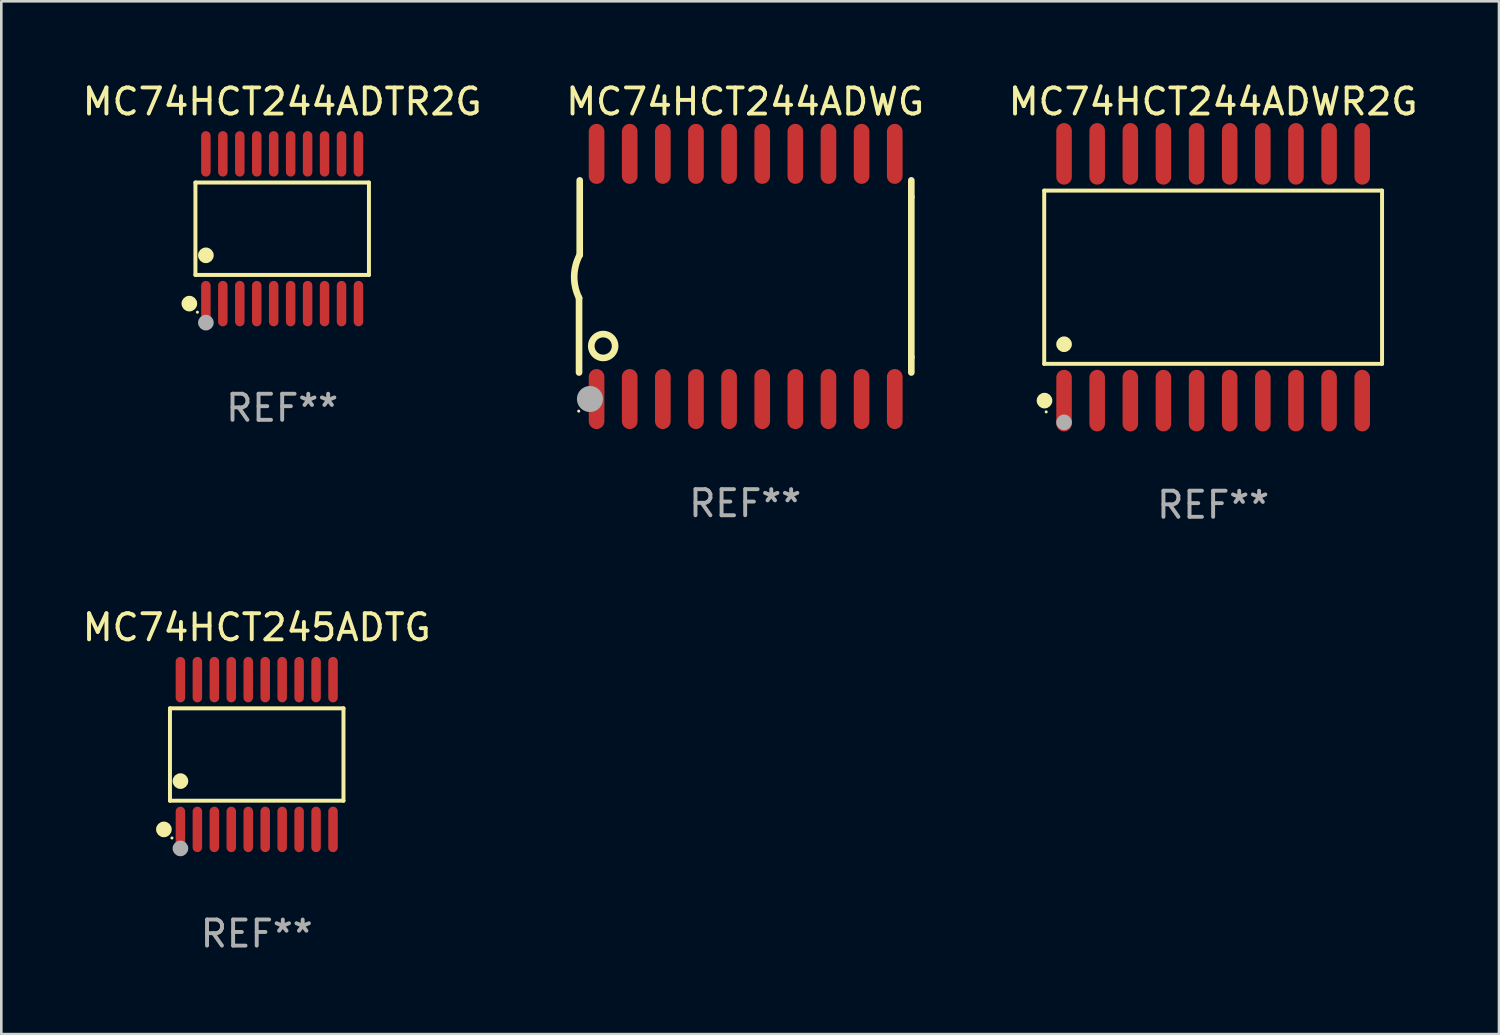
<source format=kicad_pcb>
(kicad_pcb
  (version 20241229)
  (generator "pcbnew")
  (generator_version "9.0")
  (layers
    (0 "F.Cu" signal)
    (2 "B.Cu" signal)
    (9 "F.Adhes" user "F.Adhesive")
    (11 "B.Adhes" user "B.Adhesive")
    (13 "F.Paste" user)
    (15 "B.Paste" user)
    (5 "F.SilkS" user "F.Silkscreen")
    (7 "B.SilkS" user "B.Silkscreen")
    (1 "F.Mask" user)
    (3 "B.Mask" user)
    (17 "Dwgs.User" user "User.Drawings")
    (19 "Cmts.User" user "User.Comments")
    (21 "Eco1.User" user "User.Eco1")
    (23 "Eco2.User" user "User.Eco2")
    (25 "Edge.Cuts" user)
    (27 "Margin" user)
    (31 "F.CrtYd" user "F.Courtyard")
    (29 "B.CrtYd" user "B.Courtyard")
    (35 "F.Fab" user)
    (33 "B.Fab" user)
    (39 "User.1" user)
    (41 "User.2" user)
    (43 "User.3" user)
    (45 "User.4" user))
  (footprint "MC74HCT245ADTG"
    (layer "F.Cu")
    (at 6.792 25.876)
    (property "Reference" "MC74HCT245ADTG" (at 0 -4.871 0) (layer "F.SilkS") (effects (font (size 1 1) (thickness 0.15))))
    (attr through_hole)
    (fp_line (start -3.326 -1.771) (end 3.326 -1.771) (stroke (width 0.152) (type solid)) (layer "F.SilkS"))
    (fp_line (start -3.326 1.771) (end -3.326 -1.771) (stroke (width 0.152) (type solid)) (layer "F.SilkS"))
    (fp_line (start 3.326 -1.771) (end 3.326 1.771) (stroke (width 0.152) (type solid)) (layer "F.SilkS"))
    (fp_line (start 3.326 1.771) (end -3.326 1.771) (stroke (width 0.152) (type solid)) (layer "F.SilkS"))
    (fp_circle (center -3.559 2.871) (end -3.409 2.871) (stroke (width 0.3) (type solid)) (fill no) (layer "F.SilkS"))
    (fp_circle (center -3.25 3.2) (end -3.22 3.2) (stroke (width 0.06) (type solid)) (fill no) (layer "F.SilkS"))
    (fp_circle (center -2.925 1.019) (end -2.775 1.019) (stroke (width 0.3) (type solid)) (fill no) (layer "F.SilkS"))
    (fp_circle (center -2.925 3.6) (end -2.775 3.6) (stroke (width 0.3) (type solid)) (fill no) (layer "F.Fab"))
    (fp_text user "REF**" (at 0 6.871 0) (layer "F.Fab") (effects (font (size 1 1) (thickness 0.15))))
    (pad "1" smd oval (at -2.925 2.871) (size 0.364 1.742) (layers "F.Cu" "F.Mask" "F.Paste"))
    (pad "2" smd oval (at -2.275 2.871) (size 0.364 1.742) (layers "F.Cu" "F.Mask" "F.Paste"))
    (pad "3" smd oval (at -1.625 2.871) (size 0.364 1.742) (layers "F.Cu" "F.Mask" "F.Paste"))
    (pad "4" smd oval (at -0.975 2.871) (size 0.364 1.742) (layers "F.Cu" "F.Mask" "F.Paste"))
    (pad "5" smd oval (at -0.325 2.871) (size 0.364 1.742) (layers "F.Cu" "F.Mask" "F.Paste"))
    (pad "6" smd oval (at 0.325 2.871) (size 0.364 1.742) (layers "F.Cu" "F.Mask" "F.Paste"))
    (pad "7" smd oval (at 0.975 2.871) (size 0.364 1.742) (layers "F.Cu" "F.Mask" "F.Paste"))
    (pad "8" smd oval (at 1.625 2.871) (size 0.364 1.742) (layers "F.Cu" "F.Mask" "F.Paste"))
    (pad "9" smd oval (at 2.275 2.871) (size 0.364 1.742) (layers "F.Cu" "F.Mask" "F.Paste"))
    (pad "10" smd oval (at 2.925 2.871) (size 0.364 1.742) (layers "F.Cu" "F.Mask" "F.Paste"))
    (pad "11" smd oval (at 2.925 -2.871) (size 0.364 1.742) (layers "F.Cu" "F.Mask" "F.Paste"))
    (pad "12" smd oval (at 2.275 -2.871) (size 0.364 1.742) (layers "F.Cu" "F.Mask" "F.Paste"))
    (pad "13" smd oval (at 1.625 -2.871) (size 0.364 1.742) (layers "F.Cu" "F.Mask" "F.Paste"))
    (pad "14" smd oval (at 0.975 -2.871) (size 0.364 1.742) (layers "F.Cu" "F.Mask" "F.Paste"))
    (pad "15" smd oval (at 0.325 -2.871) (size 0.364 1.742) (layers "F.Cu" "F.Mask" "F.Paste"))
    (pad "16" smd oval (at -0.325 -2.871) (size 0.364 1.742) (layers "F.Cu" "F.Mask" "F.Paste"))
    (pad "17" smd oval (at -0.975 -2.871) (size 0.364 1.742) (layers "F.Cu" "F.Mask" "F.Paste"))
    (pad "18" smd oval (at -1.625 -2.871) (size 0.364 1.742) (layers "F.Cu" "F.Mask" "F.Paste"))
    (pad "19" smd oval (at -2.275 -2.871) (size 0.364 1.742) (layers "F.Cu" "F.Mask" "F.Paste"))
    (pad "20" smd oval (at -2.925 -2.871) (size 0.364 1.742) (layers "F.Cu" "F.Mask" "F.Paste")))
  (footprint "MC74HCT244ADWG"
    (layer "F.Cu")
    (at 25.518 7.548)
    (property "Reference" "MC74HCT244ADWG" (at 0 -6.7 0) (layer "F.SilkS") (effects (font (size 1 1) (thickness 0.15))))
    (attr through_hole)
    (fp_line (start -6.369 0.826) (end -6.369 3.683) (stroke (width 0.254) (type solid)) (layer "F.SilkS"))
    (fp_line (start -6.343 -0.825) (end -6.343 -3.683) (stroke (width 0.254) (type solid)) (layer "F.SilkS"))
    (fp_line (start 6.369 -3.048) (end 6.369 -3.683) (stroke (width 0.254) (type solid)) (layer "F.SilkS"))
    (fp_line (start 6.369 -3.048) (end 6.369 3.096) (stroke (width 0.254) (type solid)) (layer "F.SilkS"))
    (fp_line (start 6.369 3.096) (end 6.369 3.683) (stroke (width 0.254) (type solid)) (layer "F.SilkS"))
    (fp_arc (start -6.36853 0.825552) (mid -6.554743 -0.00301) (end -6.343129 -0.825451) (stroke (width 0.254001) (type solid)) (layer "F.SilkS"))
    (fp_circle (center -6.382 5.163) (end -6.352 5.163) (stroke (width 0.06) (type solid)) (fill no) (layer "F.SilkS"))
    (fp_circle (center -5.443 2.667) (end -4.985 2.667) (stroke (width 0.254) (type solid)) (fill no) (layer "F.SilkS"))
    (fp_circle (center -5.951 4.699) (end -5.701 4.699) (stroke (width 0.5) (type solid)) (fill no) (layer "F.Fab"))
    (fp_text user "REF**" (at 0 8.7 0) (layer "F.Fab") (effects (font (size 1 1) (thickness 0.15))))
    (pad "1" smd oval (at -5.697 4.7 180) (size 0.6 2.3) (layers "F.Cu" "F.Mask" "F.Paste"))
    (pad "2" smd oval (at -4.427 4.7 180) (size 0.6 2.3) (layers "F.Cu" "F.Mask" "F.Paste"))
    (pad "3" smd oval (at -3.157 4.7 180) (size 0.6 2.3) (layers "F.Cu" "F.Mask" "F.Paste"))
    (pad "4" smd oval (at -1.887 4.7 180) (size 0.6 2.3) (layers "F.Cu" "F.Mask" "F.Paste"))
    (pad "5" smd oval (at -0.617 4.7 180) (size 0.6 2.3) (layers "F.Cu" "F.Mask" "F.Paste"))
    (pad "6" smd oval (at 0.653 4.7 180) (size 0.6 2.3) (layers "F.Cu" "F.Mask" "F.Paste"))
    (pad "7" smd oval (at 1.923 4.7 180) (size 0.6 2.3) (layers "F.Cu" "F.Mask" "F.Paste"))
    (pad "8" smd oval (at 3.193 4.7 180) (size 0.6 2.3) (layers "F.Cu" "F.Mask" "F.Paste"))
    (pad "9" smd oval (at 4.463 4.7 180) (size 0.6 2.3) (layers "F.Cu" "F.Mask" "F.Paste"))
    (pad "10" smd oval (at 5.734 4.7 180) (size 0.6 2.3) (layers "F.Cu" "F.Mask" "F.Paste"))
    (pad "11" smd oval (at 5.734 -4.7 180) (size 0.6 2.3) (layers "F.Cu" "F.Mask" "F.Paste"))
    (pad "12" smd oval (at 4.463 -4.7 180) (size 0.6 2.3) (layers "F.Cu" "F.Mask" "F.Paste"))
    (pad "13" smd oval (at 3.193 -4.7 180) (size 0.6 2.3) (layers "F.Cu" "F.Mask" "F.Paste"))
    (pad "14" smd oval (at 1.923 -4.7 180) (size 0.6 2.3) (layers "F.Cu" "F.Mask" "F.Paste"))
    (pad "15" smd oval (at 0.653 -4.7 180) (size 0.6 2.3) (layers "F.Cu" "F.Mask" "F.Paste"))
    (pad "16" smd oval (at -0.617 -4.7 180) (size 0.6 2.3) (layers "F.Cu" "F.Mask" "F.Paste"))
    (pad "17" smd oval (at -1.887 -4.7 180) (size 0.6 2.3) (layers "F.Cu" "F.Mask" "F.Paste"))
    (pad "18" smd oval (at -3.157 -4.7 180) (size 0.6 2.3) (layers "F.Cu" "F.Mask" "F.Paste"))
    (pad "19" smd oval (at -4.427 -4.7 180) (size 0.6 2.3) (layers "F.Cu" "F.Mask" "F.Paste"))
    (pad "20" smd oval (at -5.697 -4.7 180) (size 0.6 2.3) (layers "F.Cu" "F.Mask" "F.Paste")))
  (footprint "MC74HCT244ADTR2G"
    (layer "F.Cu")
    (at 7.768 5.719)
    (property "Reference" "MC74HCT244ADTR2G" (at 0 -4.871 0) (layer "F.SilkS") (effects (font (size 1 1) (thickness 0.15))))
    (attr through_hole)
    (fp_line (start -3.326 -1.771) (end 3.326 -1.771) (stroke (width 0.152) (type solid)) (layer "F.SilkS"))
    (fp_line (start -3.326 1.771) (end -3.326 -1.771) (stroke (width 0.152) (type solid)) (layer "F.SilkS"))
    (fp_line (start 3.326 -1.771) (end 3.326 1.771) (stroke (width 0.152) (type solid)) (layer "F.SilkS"))
    (fp_line (start 3.326 1.771) (end -3.326 1.771) (stroke (width 0.152) (type solid)) (layer "F.SilkS"))
    (fp_circle (center -3.559 2.871) (end -3.409 2.871) (stroke (width 0.3) (type solid)) (fill no) (layer "F.SilkS"))
    (fp_circle (center -3.25 3.2) (end -3.22 3.2) (stroke (width 0.06) (type solid)) (fill no) (layer "F.SilkS"))
    (fp_circle (center -2.925 1.019) (end -2.775 1.019) (stroke (width 0.3) (type solid)) (fill no) (layer "F.SilkS"))
    (fp_circle (center -2.925 3.6) (end -2.775 3.6) (stroke (width 0.3) (type solid)) (fill no) (layer "F.Fab"))
    (fp_text user "REF**" (at 0 6.871 0) (layer "F.Fab") (effects (font (size 1 1) (thickness 0.15))))
    (pad "1" smd oval (at -2.925 2.871) (size 0.364 1.742) (layers "F.Cu" "F.Mask" "F.Paste"))
    (pad "2" smd oval (at -2.275 2.871) (size 0.364 1.742) (layers "F.Cu" "F.Mask" "F.Paste"))
    (pad "3" smd oval (at -1.625 2.871) (size 0.364 1.742) (layers "F.Cu" "F.Mask" "F.Paste"))
    (pad "4" smd oval (at -0.975 2.871) (size 0.364 1.742) (layers "F.Cu" "F.Mask" "F.Paste"))
    (pad "5" smd oval (at -0.325 2.871) (size 0.364 1.742) (layers "F.Cu" "F.Mask" "F.Paste"))
    (pad "6" smd oval (at 0.325 2.871) (size 0.364 1.742) (layers "F.Cu" "F.Mask" "F.Paste"))
    (pad "7" smd oval (at 0.975 2.871) (size 0.364 1.742) (layers "F.Cu" "F.Mask" "F.Paste"))
    (pad "8" smd oval (at 1.625 2.871) (size 0.364 1.742) (layers "F.Cu" "F.Mask" "F.Paste"))
    (pad "9" smd oval (at 2.275 2.871) (size 0.364 1.742) (layers "F.Cu" "F.Mask" "F.Paste"))
    (pad "10" smd oval (at 2.925 2.871) (size 0.364 1.742) (layers "F.Cu" "F.Mask" "F.Paste"))
    (pad "11" smd oval (at 2.925 -2.871) (size 0.364 1.742) (layers "F.Cu" "F.Mask" "F.Paste"))
    (pad "12" smd oval (at 2.275 -2.871) (size 0.364 1.742) (layers "F.Cu" "F.Mask" "F.Paste"))
    (pad "13" smd oval (at 1.625 -2.871) (size 0.364 1.742) (layers "F.Cu" "F.Mask" "F.Paste"))
    (pad "14" smd oval (at 0.975 -2.871) (size 0.364 1.742) (layers "F.Cu" "F.Mask" "F.Paste"))
    (pad "15" smd oval (at 0.325 -2.871) (size 0.364 1.742) (layers "F.Cu" "F.Mask" "F.Paste"))
    (pad "16" smd oval (at -0.325 -2.871) (size 0.364 1.742) (layers "F.Cu" "F.Mask" "F.Paste"))
    (pad "17" smd oval (at -0.975 -2.871) (size 0.364 1.742) (layers "F.Cu" "F.Mask" "F.Paste"))
    (pad "18" smd oval (at -1.625 -2.871) (size 0.364 1.742) (layers "F.Cu" "F.Mask" "F.Paste"))
    (pad "19" smd oval (at -2.275 -2.871) (size 0.364 1.742) (layers "F.Cu" "F.Mask" "F.Paste"))
    (pad "20" smd oval (at -2.925 -2.871) (size 0.364 1.742) (layers "F.Cu" "F.Mask" "F.Paste")))
  (footprint "MC74HCT244ADWR2G"
    (layer "F.Cu")
    (at 43.458 7.578)
    (property "Reference" "MC74HCT244ADWR2G" (at 0 -6.73 0) (layer "F.SilkS") (effects (font (size 1 1) (thickness 0.15))))
    (attr through_hole)
    (fp_line (start -6.476 -3.321) (end 6.476 -3.321) (stroke (width 0.152) (type solid)) (layer "F.SilkS"))
    (fp_line (start -6.476 3.321) (end -6.476 -3.321) (stroke (width 0.152) (type solid)) (layer "F.SilkS"))
    (fp_line (start 6.476 -3.321) (end 6.476 3.321) (stroke (width 0.152) (type solid)) (layer "F.SilkS"))
    (fp_line (start 6.476 3.321) (end -6.476 3.321) (stroke (width 0.152) (type solid)) (layer "F.SilkS"))
    (fp_circle (center -6.465 4.73) (end -6.315 4.73) (stroke (width 0.3) (type solid)) (fill no) (layer "F.SilkS"))
    (fp_circle (center -6.4 5.163) (end -6.37 5.163) (stroke (width 0.06) (type solid)) (fill no) (layer "F.SilkS"))
    (fp_circle (center -5.715 2.569) (end -5.565 2.569) (stroke (width 0.3) (type solid)) (fill no) (layer "F.SilkS"))
    (fp_circle (center -5.715 5.563) (end -5.565 5.563) (stroke (width 0.3) (type solid)) (fill no) (layer "F.Fab"))
    (fp_text user "REF**" (at 0 8.73 0) (layer "F.Fab") (effects (font (size 1 1) (thickness 0.15))))
    (pad "1" smd oval (at -5.715 4.73) (size 0.595 2.36) (layers "F.Cu" "F.Mask" "F.Paste"))
    (pad "2" smd oval (at -4.445 4.73) (size 0.595 2.36) (layers "F.Cu" "F.Mask" "F.Paste"))
    (pad "3" smd oval (at -3.175 4.73) (size 0.595 2.36) (layers "F.Cu" "F.Mask" "F.Paste"))
    (pad "4" smd oval (at -1.905 4.73) (size 0.595 2.36) (layers "F.Cu" "F.Mask" "F.Paste"))
    (pad "5" smd oval (at -0.635 4.73) (size 0.595 2.36) (layers "F.Cu" "F.Mask" "F.Paste"))
    (pad "6" smd oval (at 0.635 4.73) (size 0.595 2.36) (layers "F.Cu" "F.Mask" "F.Paste"))
    (pad "7" smd oval (at 1.905 4.73) (size 0.595 2.36) (layers "F.Cu" "F.Mask" "F.Paste"))
    (pad "8" smd oval (at 3.175 4.73) (size 0.595 2.36) (layers "F.Cu" "F.Mask" "F.Paste"))
    (pad "9" smd oval (at 4.445 4.73) (size 0.595 2.36) (layers "F.Cu" "F.Mask" "F.Paste"))
    (pad "10" smd oval (at 5.715 4.73) (size 0.595 2.36) (layers "F.Cu" "F.Mask" "F.Paste"))
    (pad "11" smd oval (at 5.715 -4.73) (size 0.595 2.36) (layers "F.Cu" "F.Mask" "F.Paste"))
    (pad "12" smd oval (at 4.445 -4.73) (size 0.595 2.36) (layers "F.Cu" "F.Mask" "F.Paste"))
    (pad "13" smd oval (at 3.175 -4.73) (size 0.595 2.36) (layers "F.Cu" "F.Mask" "F.Paste"))
    (pad "14" smd oval (at 1.905 -4.73) (size 0.595 2.36) (layers "F.Cu" "F.Mask" "F.Paste"))
    (pad "15" smd oval (at 0.635 -4.73) (size 0.595 2.36) (layers "F.Cu" "F.Mask" "F.Paste"))
    (pad "16" smd oval (at -0.635 -4.73) (size 0.595 2.36) (layers "F.Cu" "F.Mask" "F.Paste"))
    (pad "17" smd oval (at -1.905 -4.73) (size 0.595 2.36) (layers "F.Cu" "F.Mask" "F.Paste"))
    (pad "18" smd oval (at -3.175 -4.73) (size 0.595 2.36) (layers "F.Cu" "F.Mask" "F.Paste"))
    (pad "19" smd oval (at -4.445 -4.73) (size 0.595 2.36) (layers "F.Cu" "F.Mask" "F.Paste"))
    (pad "20" smd oval (at -5.715 -4.73) (size 0.595 2.36) (layers "F.Cu" "F.Mask" "F.Paste")))
  (gr_rect
    (start -3 -3)
    (end 54.417 36.595)
    (stroke (width 0.1) (type default))
    (fill no)
    (layer "Edge.Cuts")))
</source>
